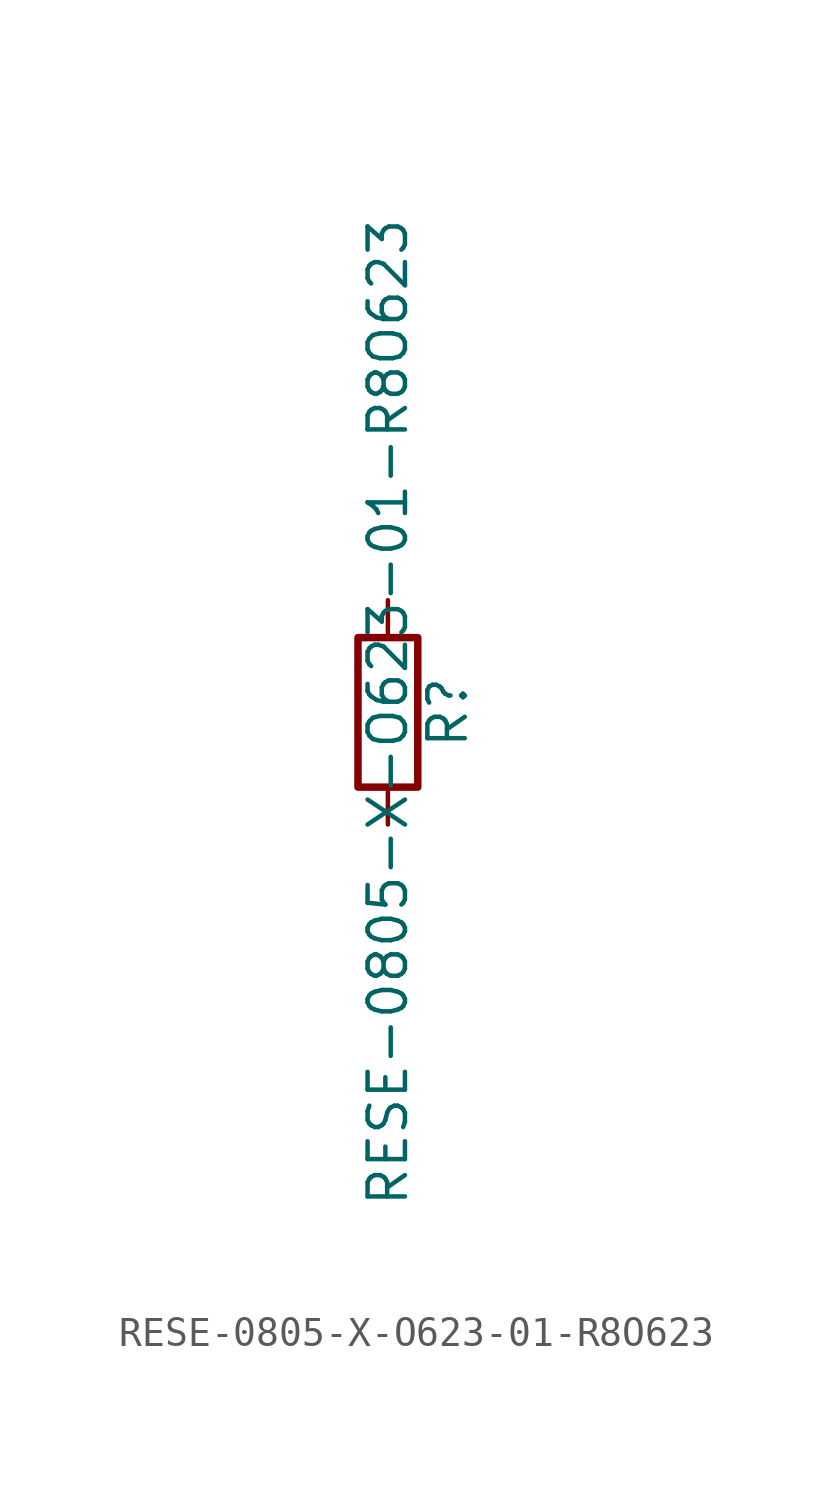
<source format=kicad_sym>
(kicad_symbol_lib
  (version 20211014)
  (generator kicad_symbol_editor)
  (symbol "RESE-0805-X-O623-01-R8O623"
    (pin_numbers hide)
    (pin_names
      (offset 0))
    (property "Reference" "R"
      (at 2.032 0 90)
      (effects (font (size 1.27 1.27))))
    (property "Value" "RESE-0805-X-O623-01-R8O623"
      (at 0 0 90)
      (effects (font (size 1.27 1.27))))
    (symbol "RESE-0805-X-O623-01-R8O623_0_1"
      (rectangle (start -1.016 -2.54) (end 1.016 2.54) (stroke (width 0.254) (type default) (color 0 0 0 0)) (fill (type none))))
    (symbol "RESE-0805-X-O623-01-R8O623_1_1"
      (pin passive line (at 0 3.81 270) (length 1.27) (name "~" (effects (font (size 1.27 1.27)))) (number "1" (effects (font (size 1.27 1.27)))))
      (pin passive line (at 0 -3.81 90) (length 1.27) (name "~" (effects (font (size 1.27 1.27)))) (number "2" (effects (font (size 1.27 1.27))))))))
</source>
